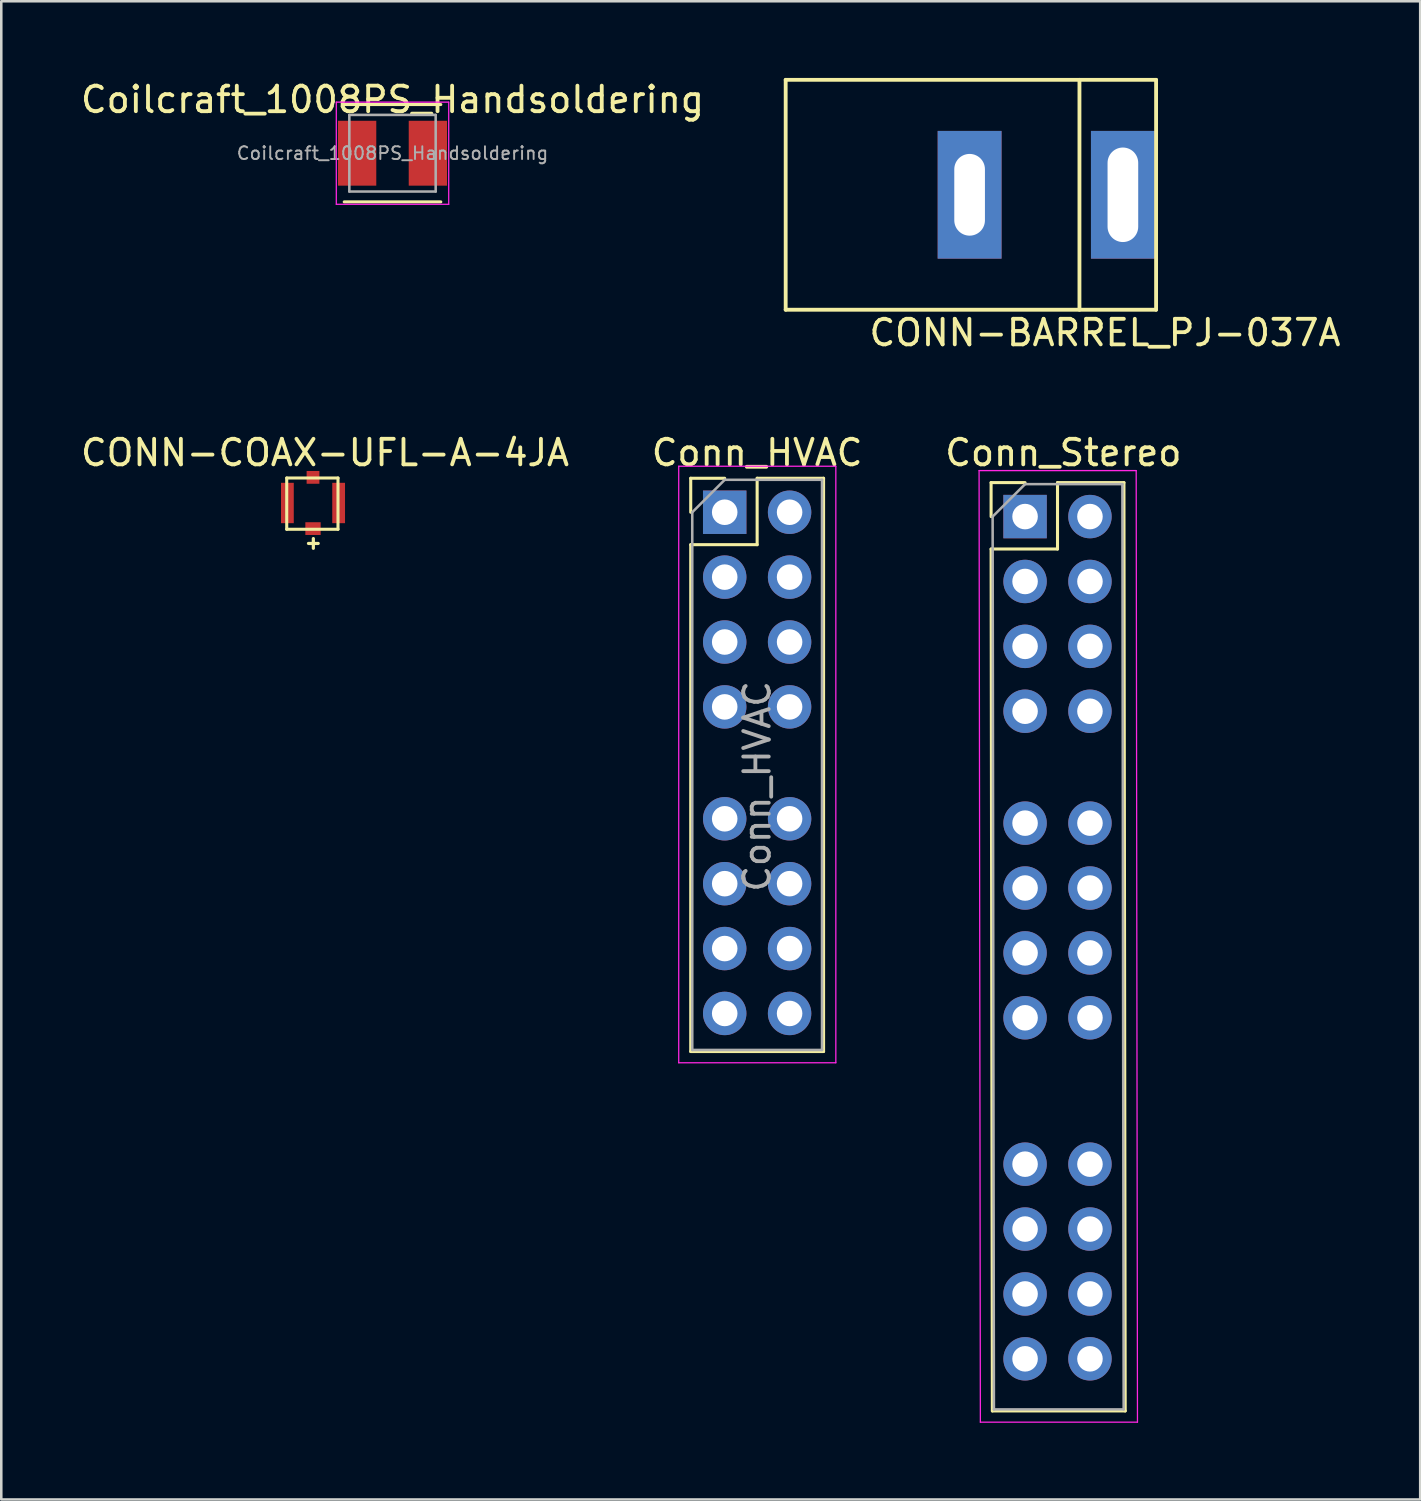
<source format=kicad_pcb>
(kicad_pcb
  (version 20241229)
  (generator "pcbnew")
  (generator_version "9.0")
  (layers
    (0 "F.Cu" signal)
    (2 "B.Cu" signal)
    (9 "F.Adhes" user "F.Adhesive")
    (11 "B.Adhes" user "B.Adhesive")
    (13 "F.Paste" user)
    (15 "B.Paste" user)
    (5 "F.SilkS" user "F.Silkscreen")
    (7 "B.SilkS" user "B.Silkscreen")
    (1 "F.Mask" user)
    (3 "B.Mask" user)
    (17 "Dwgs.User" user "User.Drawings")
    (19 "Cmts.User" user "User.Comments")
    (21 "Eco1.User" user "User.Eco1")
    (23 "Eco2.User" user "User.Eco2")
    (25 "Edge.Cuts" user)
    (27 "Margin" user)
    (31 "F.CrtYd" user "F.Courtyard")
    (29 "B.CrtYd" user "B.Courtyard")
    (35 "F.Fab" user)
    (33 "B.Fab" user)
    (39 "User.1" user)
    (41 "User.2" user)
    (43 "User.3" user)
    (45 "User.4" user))
  (footprint "Coilcraft_1008PS_Handsoldering"
    (layer "F.Cu")
    (at 12.315 2.948)
    (property "Reference" "Coilcraft_1008PS_Handsoldering" (at 0 -2.1 0) (layer "F.SilkS") (effects (font (size 1 1) (thickness 0.15))))
    (attr smd)
    (fp_line (start -1.89 -1.905) (end 1.89 -1.905) (stroke (width 0.12) (type solid)) (layer "F.SilkS"))
    (fp_line (start -1.89 1.905) (end 1.89 1.905) (stroke (width 0.12) (type solid)) (layer "F.SilkS"))
    (fp_line (start -2.2 -2) (end -2.2 2) (stroke (width 0.05) (type solid)) (layer "F.CrtYd"))
    (fp_line (start -2.2 -2) (end 2.2 -2) (stroke (width 0.05) (type solid)) (layer "F.CrtYd"))
    (fp_line (start -2.2 2) (end 2.2 2) (stroke (width 0.05) (type solid)) (layer "F.CrtYd"))
    (fp_line (start 2.2 -2) (end 2.2 2) (stroke (width 0.05) (type solid)) (layer "F.CrtYd"))
    (fp_line (start -1.69 -1.5) (end 1.69 -1.5) (stroke (width 0.1) (type solid)) (layer "F.Fab"))
    (fp_line (start -1.69 1.5) (end -1.69 -1.5) (stroke (width 0.1) (type solid)) (layer "F.Fab"))
    (fp_line (start 1.69 -1.5) (end 1.69 1.5) (stroke (width 0.1) (type solid)) (layer "F.Fab"))
    (fp_line (start 1.69 1.5) (end -1.69 1.5) (stroke (width 0.1) (type solid)) (layer "F.Fab"))
    (fp_text user "${REFERENCE}" (at 0 0 0) (layer "F.Fab") (effects (font (size 0.5 0.5) (thickness 0.075))))
    (pad "1" smd rect (at -0.635 0) (size 1.5 2.54) (drill (offset -0.75 0)) (layers "F.Cu" "F.Mask" "F.Paste"))
    (pad "2" smd rect (at 0.635 0) (size 1.5 2.54) (drill (offset 0.75 0)) (layers "F.Cu" "F.Mask" "F.Paste")))
  (footprint "Conn_Stereo"
    (layer "F.Cu")
    (at 37.077 17.172)
    (property "Reference" "Conn_Stereo" (at 1.5 -2.5 0) (layer "F.SilkS") (effects (font (size 1 1) (thickness 0.15))))
    (attr through_hole)
    (fp_line (start -1.33 -1.33) (end 0 -1.33) (stroke (width 0.12) (type solid)) (layer "F.SilkS"))
    (fp_line (start -1.33 0) (end -1.33 -1.33) (stroke (width 0.12) (type solid)) (layer "F.SilkS"))
    (fp_line (start -1.33 1.27) (end -1.28 35.01) (stroke (width 0.12) (type solid)) (layer "F.SilkS"))
    (fp_line (start -1.33 1.27) (end 1.27 1.27) (stroke (width 0.12) (type solid)) (layer "F.SilkS"))
    (fp_line (start -1.28 35.01) (end 3.92 35.01) (stroke (width 0.12) (type solid)) (layer "F.SilkS"))
    (fp_line (start 1.27 -1.33) (end 3.87 -1.33) (stroke (width 0.12) (type solid)) (layer "F.SilkS"))
    (fp_line (start 1.27 1.27) (end 1.27 -1.33) (stroke (width 0.12) (type solid)) (layer "F.SilkS"))
    (fp_line (start 3.87 -1.33) (end 3.92 35.01) (stroke (width 0.12) (type solid)) (layer "F.SilkS"))
    (fp_line (start -1.8 -1.8) (end -1.75 35.45) (stroke (width 0.05) (type solid)) (layer "F.CrtYd"))
    (fp_line (start -1.75 35.45) (end 4.4 35.45) (stroke (width 0.05) (type solid)) (layer "F.CrtYd"))
    (fp_line (start 4.35 -1.8) (end -1.8 -1.8) (stroke (width 0.05) (type solid)) (layer "F.CrtYd"))
    (fp_line (start 4.4 35.45) (end 4.35 -1.8) (stroke (width 0.05) (type solid)) (layer "F.CrtYd"))
    (fp_line (start -1.27 0) (end 0 -1.27) (stroke (width 0.1) (type solid)) (layer "F.Fab"))
    (fp_line (start -1.22 34.95) (end -1.27 0) (stroke (width 0.1) (type solid)) (layer "F.Fab"))
    (fp_line (start 0 -1.27) (end 3.81 -1.27) (stroke (width 0.1) (type solid)) (layer "F.Fab"))
    (fp_line (start 3.81 -1.27) (end 3.86 34.95) (stroke (width 0.1) (type solid)) (layer "F.Fab"))
    (fp_line (start 3.86 34.95) (end -1.22 34.95) (stroke (width 0.1) (type solid)) (layer "F.Fab"))
    (pad "1" thru_hole rect (at 0 0) (size 1.7 1.7) (drill 1) (layers "*.Cu" "*.Mask"))
    (pad "2" thru_hole oval (at 0 2.54) (size 1.7 1.7) (drill 1) (layers "*.Cu" "*.Mask"))
    (pad "3" thru_hole oval (at 0 5.08) (size 1.7 1.7) (drill 1) (layers "*.Cu" "*.Mask"))
    (pad "4" thru_hole oval (at 0 7.62) (size 1.7 1.7) (drill 1) (layers "*.Cu" "*.Mask"))
    (pad "5" thru_hole oval (at 0 12) (size 1.7 1.7) (drill 1) (layers "*.Cu" "*.Mask"))
    (pad "6" thru_hole oval (at 0 14.54) (size 1.7 1.7) (drill 1) (layers "*.Cu" "*.Mask"))
    (pad "7" thru_hole oval (at 0 17.08) (size 1.7 1.7) (drill 1) (layers "*.Cu" "*.Mask"))
    (pad "8" thru_hole oval (at 0 19.62) (size 1.7 1.7) (drill 1) (layers "*.Cu" "*.Mask"))
    (pad "9" thru_hole oval (at 0 25.35) (size 1.7 1.7) (drill 1) (layers "*.Cu" "*.Mask"))
    (pad "10" thru_hole oval (at 0 27.89) (size 1.7 1.7) (drill 1) (layers "*.Cu" "*.Mask"))
    (pad "11" thru_hole oval (at 0 30.43) (size 1.7 1.7) (drill 1) (layers "*.Cu" "*.Mask"))
    (pad "12" thru_hole oval (at 0 32.97) (size 1.7 1.7) (drill 1) (layers "*.Cu" "*.Mask"))
    (pad "13" thru_hole oval (at 2.54 0) (size 1.7 1.7) (drill 1) (layers "*.Cu" "*.Mask"))
    (pad "14" thru_hole oval (at 2.54 2.54) (size 1.7 1.7) (drill 1) (layers "*.Cu" "*.Mask"))
    (pad "15" thru_hole oval (at 2.54 5.08) (size 1.7 1.7) (drill 1) (layers "*.Cu" "*.Mask"))
    (pad "16" thru_hole oval (at 2.54 7.62) (size 1.7 1.7) (drill 1) (layers "*.Cu" "*.Mask"))
    (pad "17" thru_hole oval (at 2.54 12) (size 1.7 1.7) (drill 1) (layers "*.Cu" "*.Mask"))
    (pad "18" thru_hole oval (at 2.54 14.54) (size 1.7 1.7) (drill 1) (layers "*.Cu" "*.Mask"))
    (pad "19" thru_hole oval (at 2.54 17.08) (size 1.7 1.7) (drill 1) (layers "*.Cu" "*.Mask"))
    (pad "20" thru_hole oval (at 2.54 19.62) (size 1.7 1.7) (drill 1) (layers "*.Cu" "*.Mask"))
    (pad "21" thru_hole oval (at 2.54 25.35) (size 1.7 1.7) (drill 1) (layers "*.Cu" "*.Mask"))
    (pad "22" thru_hole oval (at 2.54 27.89) (size 1.7 1.7) (drill 1) (layers "*.Cu" "*.Mask"))
    (pad "23" thru_hole oval (at 2.54 30.43) (size 1.7 1.7) (drill 1) (layers "*.Cu" "*.Mask"))
    (pad "24" thru_hole oval (at 2.54 32.97) (size 1.7 1.7) (drill 1) (layers "*.Cu" "*.Mask")))
  (footprint "CONN-BARREL_PJ-037A"
    (layer "F.Cu")
    (at 37.306 4.675)
    (property "Reference" "CONN-BARREL_PJ-037A" (at 2.9 5.3 0) (layer "F.SilkS") (effects (font (size 1 1) (thickness 0.15))))
    (attr through_hole)
    (fp_line (start -9.6 -4.6) (end -9.6 4.4) (stroke (width 0.15) (type solid)) (layer "F.SilkS"))
    (fp_line (start -9.6 4.4) (end 4.9 4.4) (stroke (width 0.15) (type solid)) (layer "F.SilkS"))
    (fp_line (start 1.9 -4.6) (end 1.9 4.4) (stroke (width 0.15) (type solid)) (layer "F.SilkS"))
    (fp_line (start 4.9 -4.6) (end -9.6 -4.6) (stroke (width 0.15) (type solid)) (layer "F.SilkS"))
    (fp_line (start 4.9 4.4) (end 4.9 -4.6) (stroke (width 0.15) (type solid)) (layer "F.SilkS"))
    (pad "1" thru_hole rect (at 3.6 -0.1) (size 2.5 5) (drill oval 1.2 3.7) (layers "*.Cu" "*.Mask"))
    (pad "2" thru_hole rect (at -2.4 -0.1) (size 2.5 5) (drill oval 1.2 3.2) (layers "*.Cu" "*.Mask")))
  (footprint "Conn_HVAC"
    (layer "F.Cu")
    (at 25.319 17.002)
    (property "Reference" "Conn_HVAC" (at 1.27 -2.33 0) (layer "F.SilkS") (effects (font (size 1 1) (thickness 0.15))))
    (attr through_hole)
    (fp_line (start -1.33 -1.33) (end 0 -1.33) (stroke (width 0.12) (type solid)) (layer "F.SilkS"))
    (fp_line (start -1.33 0) (end -1.33 -1.33) (stroke (width 0.12) (type solid)) (layer "F.SilkS"))
    (fp_line (start -1.33 1.27) (end -1.33 21.11) (stroke (width 0.12) (type solid)) (layer "F.SilkS"))
    (fp_line (start -1.33 1.27) (end 1.27 1.27) (stroke (width 0.12) (type solid)) (layer "F.SilkS"))
    (fp_line (start -1.33 21.11) (end 3.87 21.11) (stroke (width 0.12) (type solid)) (layer "F.SilkS"))
    (fp_line (start 1.27 -1.33) (end 3.87 -1.33) (stroke (width 0.12) (type solid)) (layer "F.SilkS"))
    (fp_line (start 1.27 1.27) (end 1.27 -1.33) (stroke (width 0.12) (type solid)) (layer "F.SilkS"))
    (fp_line (start 3.87 -1.33) (end 3.87 21.11) (stroke (width 0.12) (type solid)) (layer "F.SilkS"))
    (fp_line (start -1.8 -1.8) (end -1.8 21.55) (stroke (width 0.05) (type solid)) (layer "F.CrtYd"))
    (fp_line (start -1.8 21.55) (end 4.35 21.55) (stroke (width 0.05) (type solid)) (layer "F.CrtYd"))
    (fp_line (start 4.35 -1.8) (end -1.8 -1.8) (stroke (width 0.05) (type solid)) (layer "F.CrtYd"))
    (fp_line (start 4.35 21.55) (end 4.35 -1.8) (stroke (width 0.05) (type solid)) (layer "F.CrtYd"))
    (fp_line (start -1.27 0) (end 0 -1.27) (stroke (width 0.1) (type solid)) (layer "F.Fab"))
    (fp_line (start -1.27 21.05) (end -1.27 0) (stroke (width 0.1) (type solid)) (layer "F.Fab"))
    (fp_line (start 0 -1.27) (end 3.81 -1.27) (stroke (width 0.1) (type solid)) (layer "F.Fab"))
    (fp_line (start 3.81 -1.27) (end 3.81 21.05) (stroke (width 0.1) (type solid)) (layer "F.Fab"))
    (fp_line (start 3.81 21.05) (end -1.27 21.05) (stroke (width 0.1) (type solid)) (layer "F.Fab"))
    (fp_text user "${REFERENCE}" (at 1.27 10.73 90) (layer "F.Fab") (effects (font (size 1 1) (thickness 0.15))))
    (pad "1" thru_hole oval (at 0 19.62) (size 1.7 1.7) (drill 1) (layers "*.Cu" "*.Mask"))
    (pad "2" thru_hole oval (at 0 17.08) (size 1.7 1.7) (drill 1) (layers "*.Cu" "*.Mask"))
    (pad "3" thru_hole oval (at 0 14.54) (size 1.7 1.7) (drill 1) (layers "*.Cu" "*.Mask"))
    (pad "4" thru_hole oval (at 0 12) (size 1.7 1.7) (drill 1) (layers "*.Cu" "*.Mask"))
    (pad "5" thru_hole oval (at 0 7.62) (size 1.7 1.7) (drill 1) (layers "*.Cu" "*.Mask"))
    (pad "6" thru_hole oval (at 0 5.08) (size 1.7 1.7) (drill 1) (layers "*.Cu" "*.Mask"))
    (pad "7" thru_hole oval (at 0 2.54) (size 1.7 1.7) (drill 1) (layers "*.Cu" "*.Mask"))
    (pad "8" thru_hole rect (at 0 0) (size 1.7 1.7) (drill 1) (layers "*.Cu" "*.Mask"))
    (pad "9" thru_hole oval (at 2.54 19.62) (size 1.7 1.7) (drill 1) (layers "*.Cu" "*.Mask"))
    (pad "10" thru_hole oval (at 2.54 17.08) (size 1.7 1.7) (drill 1) (layers "*.Cu" "*.Mask"))
    (pad "11" thru_hole oval (at 2.54 14.54) (size 1.7 1.7) (drill 1) (layers "*.Cu" "*.Mask"))
    (pad "12" thru_hole oval (at 2.54 12) (size 1.7 1.7) (drill 1) (layers "*.Cu" "*.Mask"))
    (pad "13" thru_hole oval (at 2.54 7.62) (size 1.7 1.7) (drill 1) (layers "*.Cu" "*.Mask"))
    (pad "14" thru_hole oval (at 2.54 5.08) (size 1.7 1.7) (drill 1) (layers "*.Cu" "*.Mask"))
    (pad "15" thru_hole oval (at 2.54 2.54) (size 1.7 1.7) (drill 1) (layers "*.Cu" "*.Mask"))
    (pad "16" thru_hole oval (at 2.54 0) (size 1.7 1.7) (drill 1) (layers "*.Cu" "*.Mask")))
  (footprint "CONN-COAX-UFL-A-4JA"
    (layer "F.Cu")
    (at 9.203 16.64)
    (property "Reference" "CONN-COAX-UFL-A-4JA" (at 0.47 -1.968 0) (layer "F.SilkS") (effects (font (size 1 1) (thickness 0.15))))
    (attr through_hole)
    (fp_line (start -1.029 -0.978) (end -1.029 1.029) (stroke (width 0.12) (type solid)) (layer "F.SilkS"))
    (fp_line (start -1.029 1.029) (end 0.978 1.029) (stroke (width 0.12) (type solid)) (layer "F.SilkS"))
    (fp_line (start 0.978 -0.978) (end -1.029 -0.978) (stroke (width 0.12) (type solid)) (layer "F.SilkS"))
    (fp_line (start 0.978 1.029) (end 0.978 -0.978) (stroke (width 0.12) (type solid)) (layer "F.SilkS"))
    (fp_text user "+" (at 0.013 1.549 0) (layer "F.SilkS") (effects (font (size 0.5 0.5) (thickness 0.125))))
    (pad "1" smd trapezoid (at -1.003 0) (size 0.5 1.58) (layers "F.Cu" "F.Mask" "F.Paste"))
    (pad "1" smd trapezoid (at 0 -1.003) (size 0.5 0.5) (layers "F.Cu" "F.Mask" "F.Paste"))
    (pad "1" smd trapezoid (at 1.003 0) (size 0.5 1.58) (layers "F.Cu" "F.Mask" "F.Paste"))
    (pad "2" smd trapezoid (at 0 1.003) (size 0.6 0.5) (layers "F.Cu" "F.Mask" "F.Paste")))
  (gr_rect
    (start -3 -3)
    (end 52.545 55.647)
    (stroke (width 0.1) (type default))
    (fill no)
    (layer "Edge.Cuts")))
</source>
